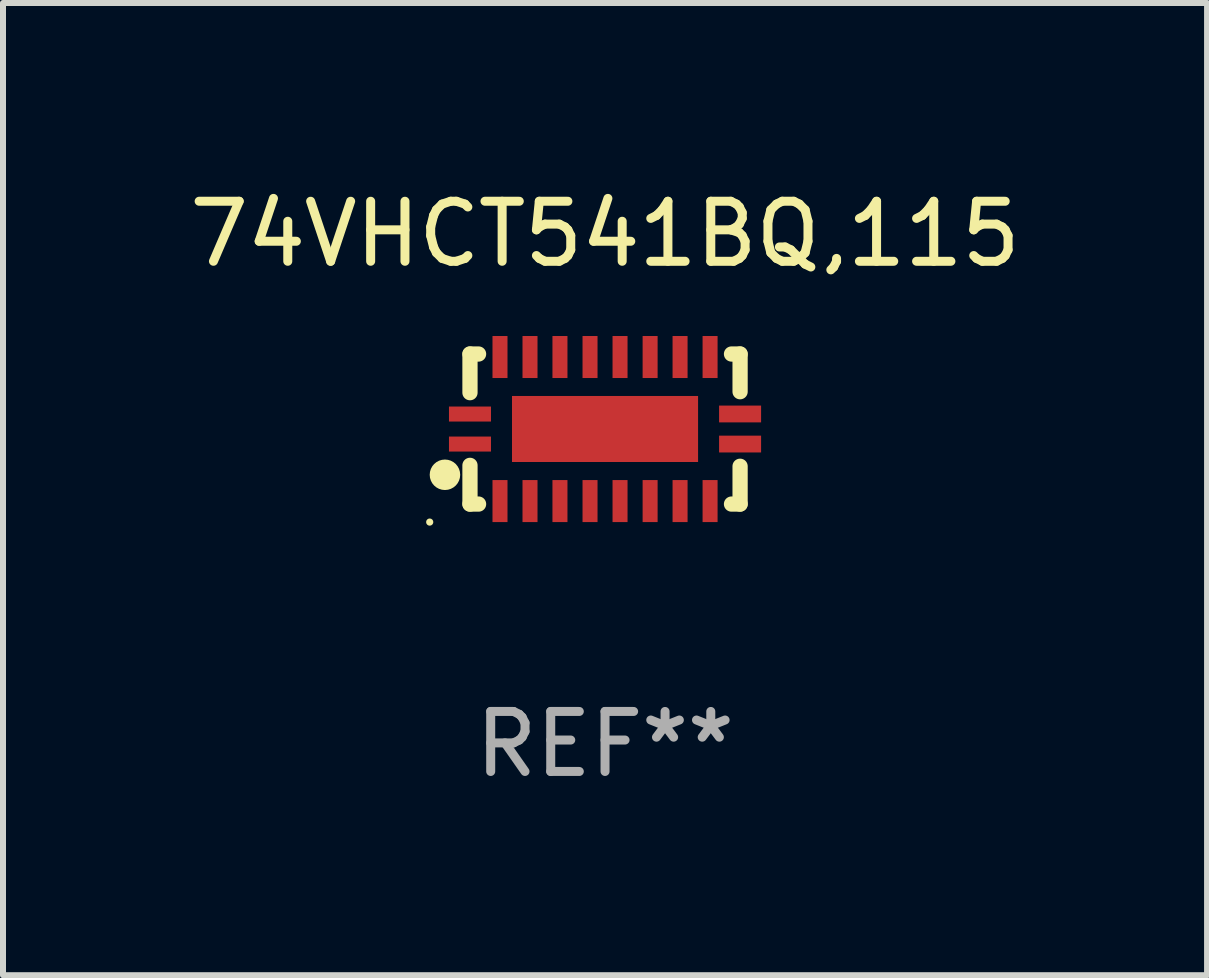
<source format=kicad_pcb>
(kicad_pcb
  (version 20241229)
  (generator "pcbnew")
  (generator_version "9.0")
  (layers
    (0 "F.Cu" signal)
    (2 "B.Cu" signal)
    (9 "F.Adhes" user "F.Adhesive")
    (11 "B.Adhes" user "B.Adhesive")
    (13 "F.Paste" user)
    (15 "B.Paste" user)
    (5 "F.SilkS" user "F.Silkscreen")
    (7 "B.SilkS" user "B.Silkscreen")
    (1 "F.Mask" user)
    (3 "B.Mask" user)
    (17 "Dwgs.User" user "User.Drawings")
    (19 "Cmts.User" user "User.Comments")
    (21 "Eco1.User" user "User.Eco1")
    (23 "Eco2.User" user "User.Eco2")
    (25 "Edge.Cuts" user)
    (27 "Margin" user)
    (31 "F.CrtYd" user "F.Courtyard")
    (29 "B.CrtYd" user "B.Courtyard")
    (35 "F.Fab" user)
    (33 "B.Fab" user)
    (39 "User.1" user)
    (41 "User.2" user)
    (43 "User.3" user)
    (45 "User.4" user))
  (footprint "74VHCT541BQ,115"
    (layer "F.Cu")
    (at 7.03 4.098)
    (property "Reference" "74VHCT541BQ,115" (at 0 -3.25 0) (layer "F.SilkS") (effects (font (size 1 1) (thickness 0.15))))
    (attr through_hole)
    (fp_line (start -2.25 0.605) (end -2.25 1.25) (stroke (width 0.254) (type solid)) (layer "F.SilkS"))
    (fp_line (start -2.25 1.25) (end -2.107 1.25) (stroke (width 0.254) (type solid)) (layer "F.SilkS"))
    (fp_line (start -2.25 -1.25) (end -2.25 -0.606) (stroke (width 0.254) (type solid)) (layer "F.SilkS"))
    (fp_line (start -2.25 -1.25) (end -2.107 -1.25) (stroke (width 0.254) (type solid)) (layer "F.SilkS"))
    (fp_line (start 2.107 -1.25) (end 2.25 -1.25) (stroke (width 0.254) (type solid)) (layer "F.SilkS"))
    (fp_line (start 2.107 1.25) (end 2.25 1.25) (stroke (width 0.254) (type solid)) (layer "F.SilkS"))
    (fp_line (start 2.25 -1.25) (end 2.25 -0.622) (stroke (width 0.254) (type solid)) (layer "F.SilkS"))
    (fp_line (start 2.25 0.62) (end 2.25 1.25) (stroke (width 0.254) (type solid)) (layer "F.SilkS"))
    (fp_circle (center -2.921 1.55) (end -2.891 1.55) (stroke (width 0.06) (type solid)) (fill no) (layer "F.SilkS"))
    (fp_circle (center -2.667 0.762) (end -2.54 0.762) (stroke (width 0.254) (type solid)) (fill no) (layer "F.SilkS"))
    (fp_text user "REF**" (at 0 5.25 0) (layer "F.Fab") (effects (font (size 1 1) (thickness 0.15))))
    (pad "1" smd rect (at -2.25 0.25 180) (size 0.7 0.25) (layers "F.Cu" "F.Mask" "F.Paste"))
    (pad "2" smd rect (at -1.75 1.2 90) (size 0.7 0.25) (layers "F.Cu" "F.Mask" "F.Paste"))
    (pad "3" smd rect (at -1.25 1.2 90) (size 0.7 0.25) (layers "F.Cu" "F.Mask" "F.Paste"))
    (pad "4" smd rect (at -0.751 1.2 90) (size 0.7 0.25) (layers "F.Cu" "F.Mask" "F.Paste"))
    (pad "5" smd rect (at -0.25 1.2 90) (size 0.7 0.25) (layers "F.Cu" "F.Mask" "F.Paste"))
    (pad "6" smd rect (at 0.25 1.2 90) (size 0.7 0.25) (layers "F.Cu" "F.Mask" "F.Paste"))
    (pad "7" smd rect (at 0.751 1.2 90) (size 0.7 0.25) (layers "F.Cu" "F.Mask" "F.Paste"))
    (pad "8" smd rect (at 1.25 1.2 90) (size 0.7 0.25) (layers "F.Cu" "F.Mask" "F.Paste"))
    (pad "9" smd rect (at 1.75 1.2 90) (size 0.7 0.25) (layers "F.Cu" "F.Mask" "F.Paste"))
    (pad "10" smd rect (at 2.25 0.25 180) (size 0.7 0.28) (layers "F.Cu" "F.Mask" "F.Paste"))
    (pad "11" smd rect (at 2.25 -0.251 180) (size 0.7 0.28) (layers "F.Cu" "F.Mask" "F.Paste"))
    (pad "12" smd rect (at 1.75 -1.2 90) (size 0.7 0.25) (layers "F.Cu" "F.Mask" "F.Paste"))
    (pad "13" smd rect (at 1.25 -1.2 90) (size 0.7 0.25) (layers "F.Cu" "F.Mask" "F.Paste"))
    (pad "14" smd rect (at 0.751 -1.2 90) (size 0.7 0.25) (layers "F.Cu" "F.Mask" "F.Paste"))
    (pad "15" smd rect (at 0.25 -1.2 90) (size 0.7 0.25) (layers "F.Cu" "F.Mask" "F.Paste"))
    (pad "16" smd rect (at -0.25 -1.2 90) (size 0.7 0.25) (layers "F.Cu" "F.Mask" "F.Paste"))
    (pad "17" smd rect (at -0.751 -1.2 90) (size 0.7 0.25) (layers "F.Cu" "F.Mask" "F.Paste"))
    (pad "18" smd rect (at -1.25 -1.2 90) (size 0.7 0.25) (layers "F.Cu" "F.Mask" "F.Paste"))
    (pad "19" smd rect (at -1.75 -1.2 90) (size 0.7 0.25) (layers "F.Cu" "F.Mask" "F.Paste"))
    (pad "20" smd rect (at -2.25 -0.25 180) (size 0.7 0.25) (layers "F.Cu" "F.Mask" "F.Paste"))
    (pad "21" smd rect (at 0 -0.001 180) (size 3.1 1.1) (layers "F.Cu" "F.Mask" "F.Paste")))
  (gr_rect
    (start -3 -3)
    (end 17.06 13.197)
    (stroke (width 0.1) (type default))
    (fill no)
    (layer "Edge.Cuts")))
</source>
